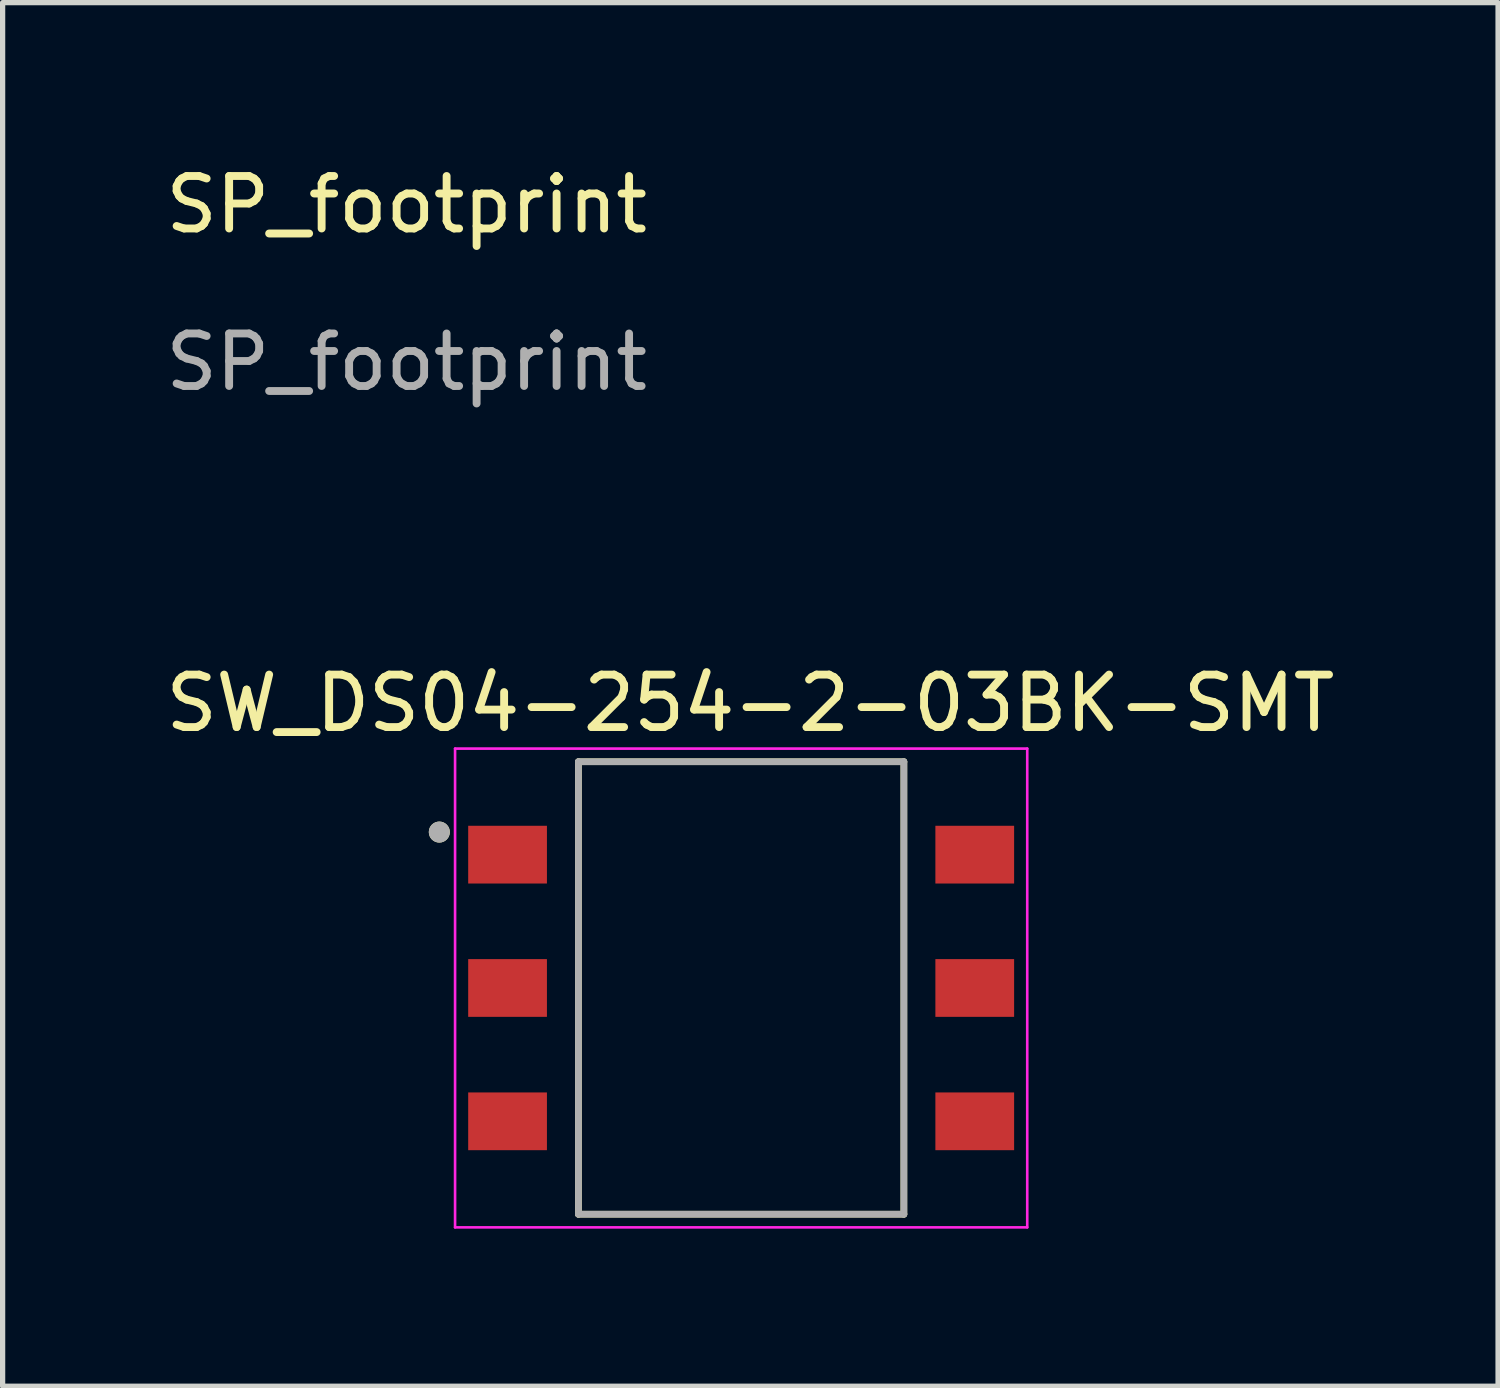
<source format=kicad_pcb>
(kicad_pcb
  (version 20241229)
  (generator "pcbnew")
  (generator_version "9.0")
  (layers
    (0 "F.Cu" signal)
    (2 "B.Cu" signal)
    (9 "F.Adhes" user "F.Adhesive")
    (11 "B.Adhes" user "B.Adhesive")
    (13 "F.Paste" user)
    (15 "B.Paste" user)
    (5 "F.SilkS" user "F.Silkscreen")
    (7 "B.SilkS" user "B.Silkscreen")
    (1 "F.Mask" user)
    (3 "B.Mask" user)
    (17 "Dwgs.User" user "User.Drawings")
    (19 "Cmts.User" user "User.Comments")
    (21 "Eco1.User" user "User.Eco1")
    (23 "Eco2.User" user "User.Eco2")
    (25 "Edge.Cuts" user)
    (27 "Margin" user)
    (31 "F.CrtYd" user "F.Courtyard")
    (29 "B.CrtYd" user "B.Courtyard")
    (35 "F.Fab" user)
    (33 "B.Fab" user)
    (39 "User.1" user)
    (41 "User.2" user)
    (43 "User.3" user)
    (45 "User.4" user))
  (footprint "SW_DS04-254-2-03BK-SMT"
    (layer "F.Cu")
    (at 11.069 15.771)
    (property "Reference" "SW_DS04-254-2-03BK-SMT" (at 0.175 -5.425 0) (layer "F.SilkS") (effects (font (size 1 1) (thickness 0.15))))
    (attr smd)
    (fp_line (start -3.1 -4.31) (end 3.1 -4.31) (stroke (width 0.127) (type solid)) (layer "F.SilkS"))
    (fp_line (start -3.1 4.31) (end -3.1 -4.31) (stroke (width 0.127) (type solid)) (layer "F.SilkS"))
    (fp_line (start 3.1 -4.31) (end 3.1 4.31) (stroke (width 0.127) (type solid)) (layer "F.SilkS"))
    (fp_line (start 3.1 4.31) (end -3.1 4.31) (stroke (width 0.127) (type solid)) (layer "F.SilkS"))
    (fp_circle (center -5.75 -2.97) (end -5.65 -2.97) (stroke (width 0.2) (type solid)) (fill no) (layer "F.SilkS"))
    (fp_line (start -5.45 -4.56) (end -5.45 4.56) (stroke (width 0.05) (type solid)) (layer "F.CrtYd"))
    (fp_line (start -5.45 4.56) (end 5.45 4.56) (stroke (width 0.05) (type solid)) (layer "F.CrtYd"))
    (fp_line (start 5.45 -4.56) (end -5.45 -4.56) (stroke (width 0.05) (type solid)) (layer "F.CrtYd"))
    (fp_line (start 5.45 4.56) (end 5.45 -4.56) (stroke (width 0.05) (type solid)) (layer "F.CrtYd"))
    (fp_line (start -3.1 -4.31) (end 3.1 -4.31) (stroke (width 0.127) (type solid)) (layer "F.Fab"))
    (fp_line (start -3.1 4.31) (end -3.1 -4.31) (stroke (width 0.127) (type solid)) (layer "F.Fab"))
    (fp_line (start 3.1 -4.31) (end 3.1 4.31) (stroke (width 0.127) (type solid)) (layer "F.Fab"))
    (fp_line (start 3.1 4.31) (end -3.1 4.31) (stroke (width 0.127) (type solid)) (layer "F.Fab"))
    (fp_circle (center -5.75 -2.97) (end -5.65 -2.97) (stroke (width 0.2) (type solid)) (fill no) (layer "F.Fab"))
    (pad "1" smd rect (at -4.45 -2.54) (size 1.5 1.1) (layers "F.Cu" "F.Mask" "F.Paste"))
    (pad "2" smd rect (at -4.45 0) (size 1.5 1.1) (layers "F.Cu" "F.Mask" "F.Paste"))
    (pad "3" smd rect (at -4.45 2.54) (size 1.5 1.1) (layers "F.Cu" "F.Mask" "F.Paste"))
    (pad "4" smd rect (at 4.45 2.54) (size 1.5 1.1) (layers "F.Cu" "F.Mask" "F.Paste"))
    (pad "5" smd rect (at 4.45 0) (size 1.5 1.1) (layers "F.Cu" "F.Mask" "F.Paste"))
    (pad "6" smd rect (at 4.45 -2.54) (size 1.5 1.1) (layers "F.Cu" "F.Mask" "F.Paste")))
  (footprint "SP_footprint"
    (layer "F.Cu")
    (at 4.696 6.248)
    (property "Reference" "SP_footprint" (at 0 -5.4 0) (unlocked yes) (layer "F.SilkS") (effects (font (size 1 1) (thickness 0.15))))
    (attr smd)
    (fp_text user "${REFERENCE}" (at 0 -2.4 0) (unlocked yes) (layer "F.Fab") (effects (font (size 1 1) (thickness 0.15)))))
  (gr_rect
    (start -3 -3)
    (end 25.488 23.357)
    (stroke (width 0.1) (type default))
    (fill no)
    (layer "Edge.Cuts")))
</source>
